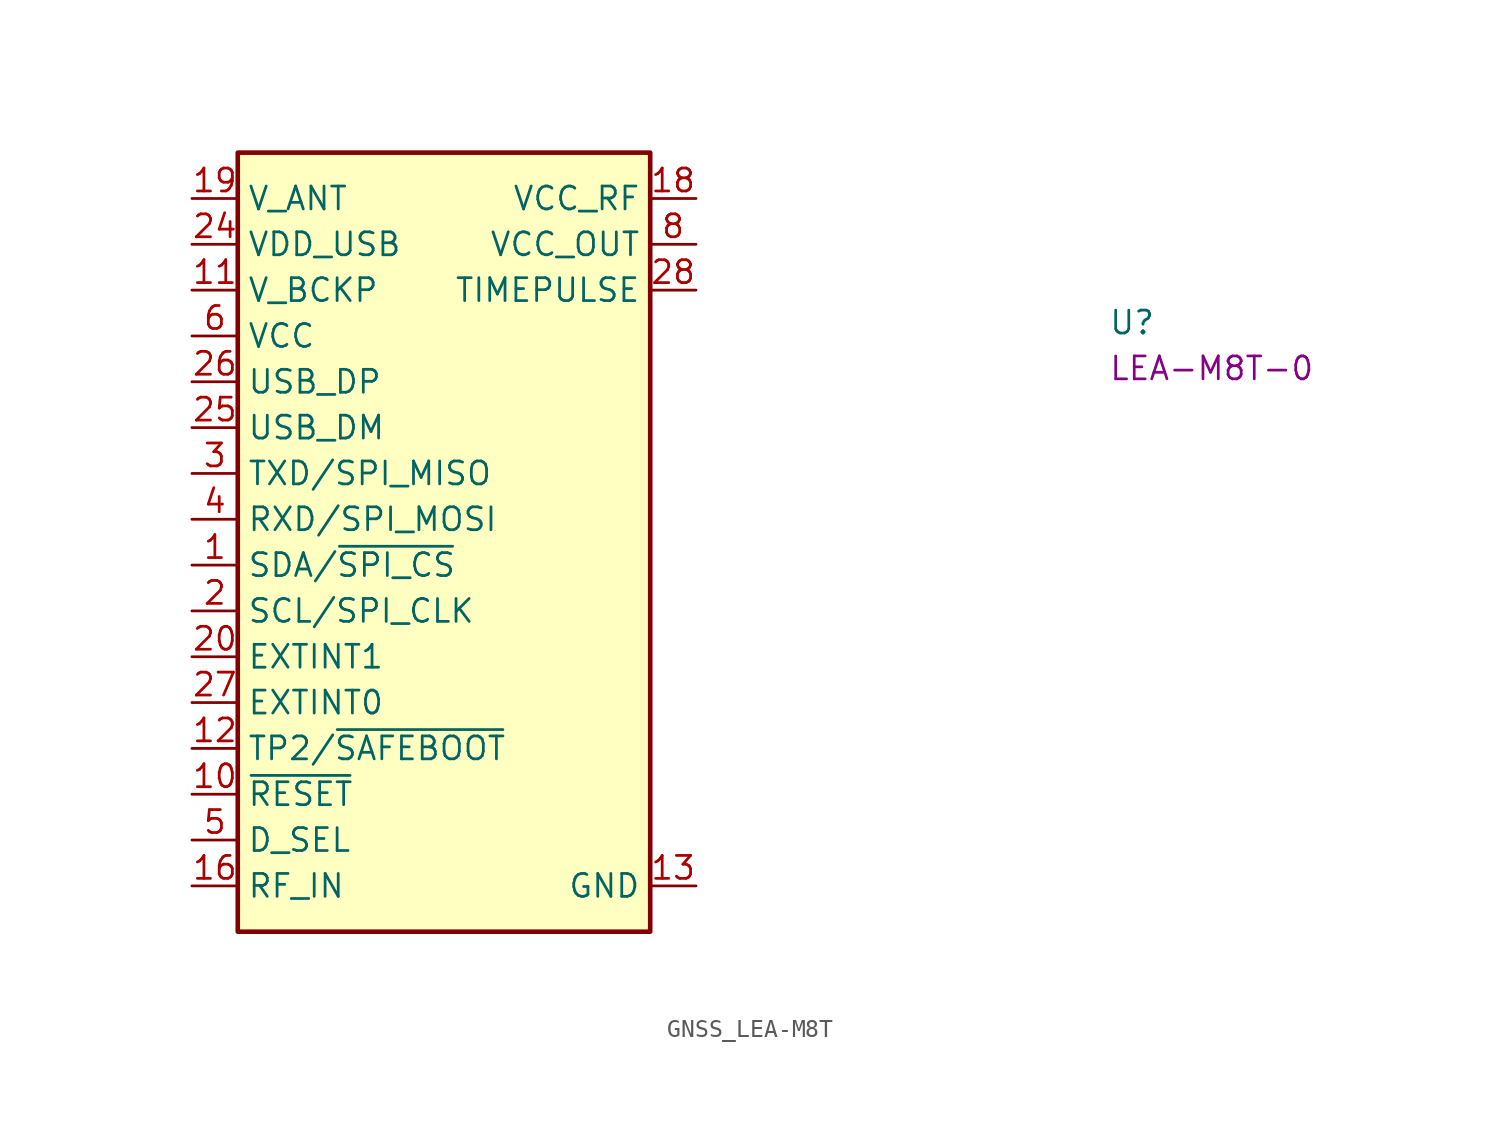
<source format=kicad_sym>
(kicad_symbol_lib
  (version 20220914)
  (generator kicad_symbol_editor)
  (symbol "GNSS_LEA-M8T"
    (property "Reference" "U"
      (at 50.8 -7.62 0)
      (effects (font (size 1.27 1.27) (thickness 0.15)) (justify left bottom)))
    (property "MPN" "LEA-M8T-0"
      (at 50.8 -10.16 0)
      (effects (font (size 1.27 1.27) (thickness 0.15)) (justify left bottom)))
    (symbol "GNSS_LEA-M8T_1_1"
      (rectangle (start 2.54 2.54) (end 25.4 -40.64) (stroke (width 0.254) (type default)) (fill (type background)))
      (pin bidirectional line (at 0 -20.32 0) (length 2.54) (name "SDA/~{SPI_CS}" (effects (font (size 1.27 1.27)))) (number "1" (effects (font (size 1.27 1.27)))))
      (pin input line (at 0 -33.02 0) (length 2.54) (name "~{RESET}" (effects (font (size 1.27 1.27)))) (number "10" (effects (font (size 1.27 1.27)))))
      (pin power_in line (at 0 -5.08 0) (length 2.54) (name "V_BCKP" (effects (font (size 1.27 1.27)))) (number "11" (effects (font (size 1.27 1.27)))))
      (pin bidirectional line (at 0 -30.48 0) (length 2.54) (name "TP2/~{SAFEBOOT}" (effects (font (size 1.27 1.27)))) (number "12" (effects (font (size 1.27 1.27)))))
      (pin passive line (at 27.94 -38.1 180) (length 2.54) (name "GND" (effects (font (size 1.27 1.27)))) (number "13" (effects (font (size 1.27 1.27)))))
      (pin passive line (at 27.94 -38.1 180) (length 2.54) hide (name "GND" (effects (font (size 1.27 1.27)))) (number "14" (effects (font (size 1.27 1.27)))))
      (pin passive line (at 27.94 -38.1 180) (length 2.54) hide (name "GND" (effects (font (size 1.27 1.27)))) (number "15" (effects (font (size 1.27 1.27)))))
      (pin input line (at 0 -38.1 0) (length 2.54) (name "RF_IN" (effects (font (size 1.27 1.27)))) (number "16" (effects (font (size 1.27 1.27)))))
      (pin passive line (at 27.94 -38.1 180) (length 2.54) hide (name "GND" (effects (font (size 1.27 1.27)))) (number "17" (effects (font (size 1.27 1.27)))))
      (pin power_out line (at 27.94 0 180) (length 2.54) (name "VCC_RF" (effects (font (size 1.27 1.27)))) (number "18" (effects (font (size 1.27 1.27)))))
      (pin power_in line (at 0 0 0) (length 2.54) (name "V_ANT" (effects (font (size 1.27 1.27)))) (number "19" (effects (font (size 1.27 1.27)))))
      (pin input line (at 0 -22.86 0) (length 2.54) (name "SCL/SPI_CLK" (effects (font (size 1.27 1.27)))) (number "2" (effects (font (size 1.27 1.27)))))
      (pin input line (at 0 -25.4 0) (length 2.54) (name "EXTINT1" (effects (font (size 1.27 1.27)))) (number "20" (effects (font (size 1.27 1.27)))))
      (pin no_connect line (at 25.4 -12.7 180) (length 2.54) hide (name "RESERVED" (effects (font (size 1.27 1.27)))) (number "21" (effects (font (size 1.27 1.27)))))
      (pin no_connect line (at 25.4 -8.89 180) (length 2.54) hide (name "RESERVED" (effects (font (size 1.27 1.27)))) (number "22" (effects (font (size 1.27 1.27)))))
      (pin no_connect line (at 25.4 -10.16 180) (length 2.54) hide (name "RESERVED" (effects (font (size 1.27 1.27)))) (number "23" (effects (font (size 1.27 1.27)))))
      (pin power_in line (at 0 -2.54 0) (length 2.54) (name "VDD_USB" (effects (font (size 1.27 1.27)))) (number "24" (effects (font (size 1.27 1.27)))))
      (pin bidirectional line (at 0 -12.7 0) (length 2.54) (name "USB_DM" (effects (font (size 1.27 1.27)))) (number "25" (effects (font (size 1.27 1.27)))))
      (pin bidirectional line (at 0 -10.16 0) (length 2.54) (name "USB_DP" (effects (font (size 1.27 1.27)))) (number "26" (effects (font (size 1.27 1.27)))))
      (pin input line (at 0 -27.94 0) (length 2.54) (name "EXTINT0" (effects (font (size 1.27 1.27)))) (number "27" (effects (font (size 1.27 1.27)))))
      (pin output line (at 27.94 -5.08 180) (length 2.54) (name "TIMEPULSE" (effects (font (size 1.27 1.27)))) (number "28" (effects (font (size 1.27 1.27)))))
      (pin output line (at 0 -15.24 0) (length 2.54) (name "TXD/SPI_MISO" (effects (font (size 1.27 1.27)))) (number "3" (effects (font (size 1.27 1.27)))))
      (pin input line (at 0 -17.78 0) (length 2.54) (name "RXD/SPI_MOSI" (effects (font (size 1.27 1.27)))) (number "4" (effects (font (size 1.27 1.27)))))
      (pin input line (at 0 -35.56 0) (length 2.54) (name "D_SEL" (effects (font (size 1.27 1.27)))) (number "5" (effects (font (size 1.27 1.27)))))
      (pin power_in line (at 0 -7.62 0) (length 2.54) (name "VCC" (effects (font (size 1.27 1.27)))) (number "6" (effects (font (size 1.27 1.27)))))
      (pin passive line (at 27.94 -38.1 180) (length 2.54) hide (name "GND" (effects (font (size 1.27 1.27)))) (number "7" (effects (font (size 1.27 1.27)))))
      (pin power_out line (at 27.94 -2.54 180) (length 2.54) (name "VCC_OUT" (effects (font (size 1.27 1.27)))) (number "8" (effects (font (size 1.27 1.27)))))
      (pin no_connect line (at 25.4 -11.43 180) (length 2.54) hide (name "RESERVED" (effects (font (size 1.27 1.27)))) (number "9" (effects (font (size 1.27 1.27))))))))
</source>
